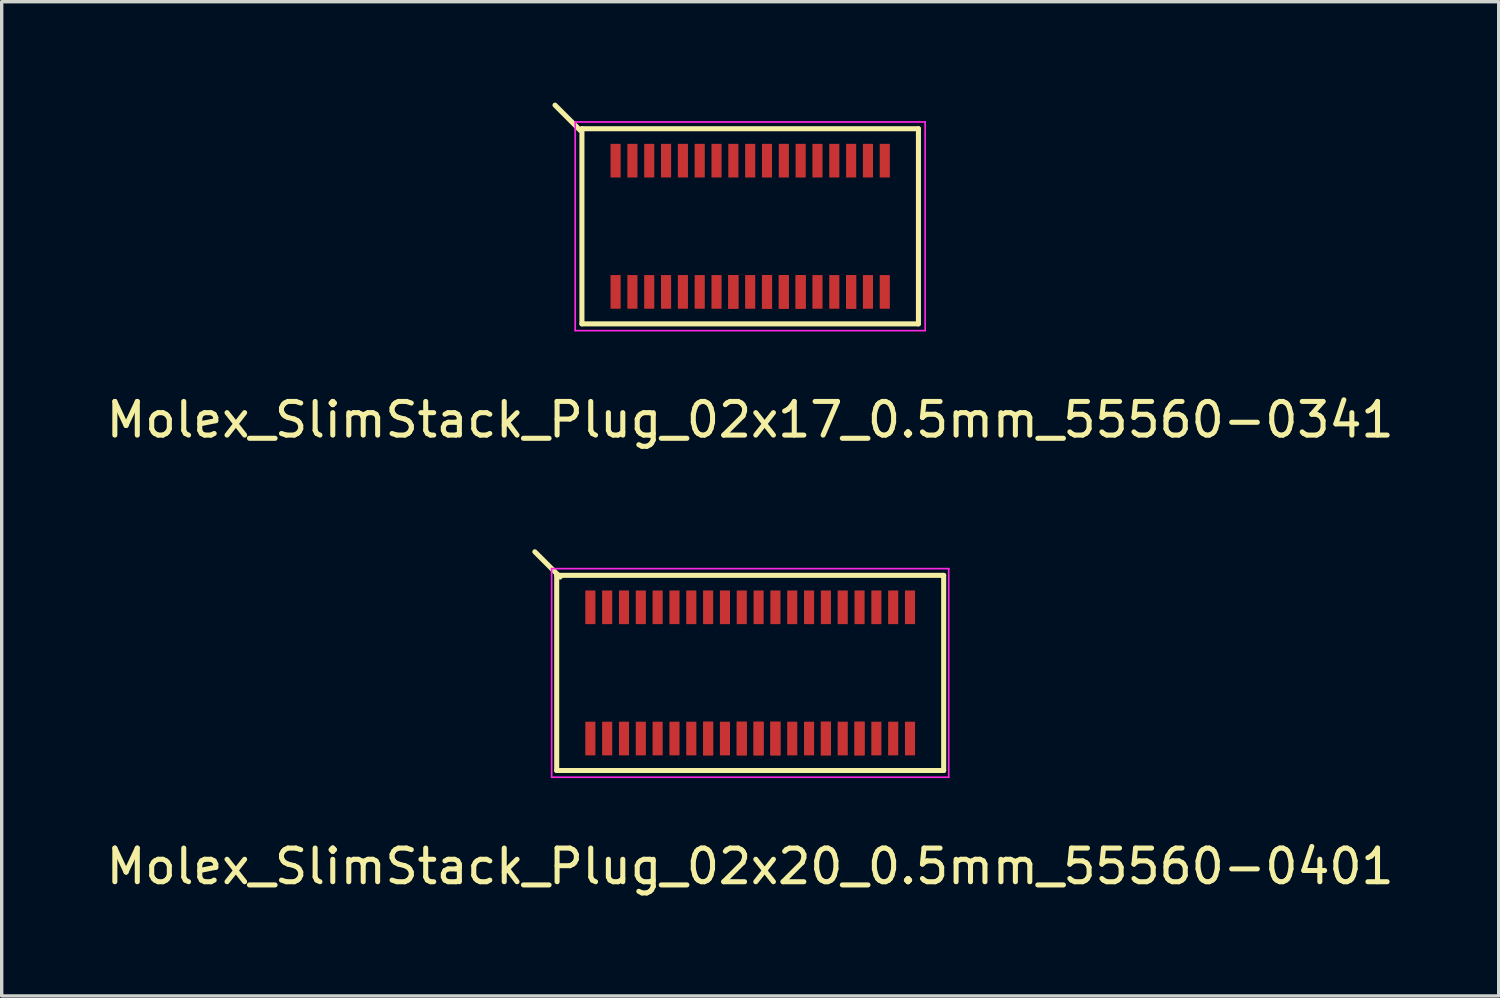
<source format=kicad_pcb>
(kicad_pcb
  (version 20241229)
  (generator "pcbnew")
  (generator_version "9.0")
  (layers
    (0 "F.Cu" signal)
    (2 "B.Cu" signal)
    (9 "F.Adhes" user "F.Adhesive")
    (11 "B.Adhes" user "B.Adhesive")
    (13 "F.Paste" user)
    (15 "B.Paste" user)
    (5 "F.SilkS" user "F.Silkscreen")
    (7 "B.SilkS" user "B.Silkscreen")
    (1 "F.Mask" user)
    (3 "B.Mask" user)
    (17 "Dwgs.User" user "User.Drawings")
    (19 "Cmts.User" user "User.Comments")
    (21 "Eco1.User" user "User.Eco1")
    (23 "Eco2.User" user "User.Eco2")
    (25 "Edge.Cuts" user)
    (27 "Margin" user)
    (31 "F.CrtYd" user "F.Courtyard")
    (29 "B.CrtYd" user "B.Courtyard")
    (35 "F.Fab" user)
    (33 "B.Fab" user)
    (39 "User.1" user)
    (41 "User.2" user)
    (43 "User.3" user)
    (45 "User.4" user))
  (footprint "Molex_SlimStack_Plug_02x17_0.5mm_55560-0341"
    (layer "F.Cu")
    (at 19.244 3.675)
    (property "Reference" "Molex_SlimStack_Plug_02x17_0.5mm_55560-0341" (at 0 5.75 0) (layer "F.SilkS") (effects (font (size 1 1) (thickness 0.15))))
    (attr smd)
    (fp_line (start -5.05 -2.85) (end -5.8 -3.6) (stroke (width 0.15) (type solid)) (layer "F.SilkS"))
    (fp_line (start -5 -2.9) (end -5 2.9) (stroke (width 0.15) (type solid)) (layer "F.SilkS"))
    (fp_line (start -5 2.9) (end 5 2.9) (stroke (width 0.15) (type solid)) (layer "F.SilkS"))
    (fp_line (start 5 -2.9) (end -5 -2.9) (stroke (width 0.15) (type solid)) (layer "F.SilkS"))
    (fp_line (start 5 2.9) (end 5 -2.9) (stroke (width 0.15) (type solid)) (layer "F.SilkS"))
    (fp_line (start -5.2 -3.1) (end -5.2 3.1) (stroke (width 0.05) (type solid)) (layer "F.CrtYd"))
    (fp_line (start -5.2 3.1) (end 5.2 3.1) (stroke (width 0.05) (type solid)) (layer "F.CrtYd"))
    (fp_line (start 5.2 -3.1) (end -5.2 -3.1) (stroke (width 0.05) (type solid)) (layer "F.CrtYd"))
    (fp_line (start 5.2 3.1) (end 5.2 -3.1) (stroke (width 0.05) (type solid)) (layer "F.CrtYd"))
    (pad "1" smd rect (at -4 -1.95) (size 0.3 1) (layers "F.Cu" "F.Mask" "F.Paste"))
    (pad "2" smd rect (at -4 1.95) (size 0.3 1) (layers "F.Cu" "F.Mask" "F.Paste"))
    (pad "3" smd rect (at -3.5 -1.95) (size 0.3 1) (layers "F.Cu" "F.Mask" "F.Paste"))
    (pad "4" smd rect (at -3.5 1.95) (size 0.3 1) (layers "F.Cu" "F.Mask" "F.Paste"))
    (pad "5" smd rect (at -3 -1.95) (size 0.3 1) (layers "F.Cu" "F.Mask" "F.Paste"))
    (pad "6" smd rect (at -3 1.95) (size 0.3 1) (layers "F.Cu" "F.Mask" "F.Paste"))
    (pad "7" smd rect (at -2.5 -1.95) (size 0.3 1) (layers "F.Cu" "F.Mask" "F.Paste"))
    (pad "8" smd rect (at -2.5 1.95) (size 0.3 1) (layers "F.Cu" "F.Mask" "F.Paste"))
    (pad "9" smd rect (at -2 -1.95) (size 0.3 1) (layers "F.Cu" "F.Mask" "F.Paste"))
    (pad "10" smd rect (at -2 1.95) (size 0.3 1) (layers "F.Cu" "F.Mask" "F.Paste"))
    (pad "11" smd rect (at -1.5 -1.95) (size 0.3 1) (layers "F.Cu" "F.Mask" "F.Paste"))
    (pad "12" smd rect (at -1.5 1.95) (size 0.3 1) (layers "F.Cu" "F.Mask" "F.Paste"))
    (pad "13" smd rect (at -1 -1.95) (size 0.3 1) (layers "F.Cu" "F.Mask" "F.Paste"))
    (pad "14" smd rect (at -1 1.95) (size 0.3 1) (layers "F.Cu" "F.Mask" "F.Paste"))
    (pad "15" smd rect (at -0.5 -1.95) (size 0.3 1) (layers "F.Cu" "F.Mask" "F.Paste"))
    (pad "16" smd rect (at -0.5 1.95) (size 0.3 1) (layers "F.Cu" "F.Mask" "F.Paste"))
    (pad "16" smd rect (at -0.5 1.95) (size 0.3 1) (layers "F.Cu" "F.Mask" "F.Paste"))
    (pad "17" smd rect (at 0 -1.95) (size 0.3 1) (layers "F.Cu" "F.Mask" "F.Paste"))
    (pad "18" smd rect (at 0 1.95) (size 0.3 1) (layers "F.Cu" "F.Mask" "F.Paste"))
    (pad "19" smd rect (at 0.5 -1.95) (size 0.3 1) (layers "F.Cu" "F.Mask" "F.Paste"))
    (pad "20" smd rect (at 0.5 1.95) (size 0.3 1) (layers "F.Cu" "F.Mask" "F.Paste"))
    (pad "20" smd rect (at 0.5 1.95) (size 0.3 1) (layers "F.Cu" "F.Mask" "F.Paste"))
    (pad "21" smd rect (at 1 -1.95) (size 0.3 1) (layers "F.Cu" "F.Mask" "F.Paste"))
    (pad "22" smd rect (at 1 1.95) (size 0.3 1) (layers "F.Cu" "F.Mask" "F.Paste"))
    (pad "22" smd rect (at 1 1.95) (size 0.3 1) (layers "F.Cu" "F.Mask" "F.Paste"))
    (pad "23" smd rect (at 1.5 -1.95) (size 0.3 1) (layers "F.Cu" "F.Mask" "F.Paste"))
    (pad "24" smd rect (at 1.5 1.95) (size 0.3 1) (layers "F.Cu" "F.Mask" "F.Paste"))
    (pad "24" smd rect (at 1.5 1.95) (size 0.3 1) (layers "F.Cu" "F.Mask" "F.Paste"))
    (pad "25" smd rect (at 2 -1.95) (size 0.3 1) (layers "F.Cu" "F.Mask" "F.Paste"))
    (pad "26" smd rect (at 2 1.95) (size 0.3 1) (layers "F.Cu" "F.Mask" "F.Paste"))
    (pad "27" smd rect (at 2.5 -1.95) (size 0.3 1) (layers "F.Cu" "F.Mask" "F.Paste"))
    (pad "28" smd rect (at 2.5 1.95) (size 0.3 1) (layers "F.Cu" "F.Mask" "F.Paste"))
    (pad "29" smd rect (at 3 -1.95) (size 0.3 1) (layers "F.Cu" "F.Mask" "F.Paste"))
    (pad "30" smd rect (at 3 1.95) (size 0.3 1) (layers "F.Cu" "F.Mask" "F.Paste"))
    (pad "30" smd rect (at 3 1.95) (size 0.3 1) (layers "F.Cu" "F.Mask" "F.Paste"))
    (pad "31" smd rect (at 3.5 -1.95) (size 0.3 1) (layers "F.Cu" "F.Mask" "F.Paste"))
    (pad "32" smd rect (at 3.5 1.95) (size 0.3 1) (layers "F.Cu" "F.Mask" "F.Paste"))
    (pad "33" smd rect (at 4 -1.95) (size 0.3 1) (layers "F.Cu" "F.Mask" "F.Paste"))
    (pad "34" smd rect (at 4 1.95) (size 0.3 1) (layers "F.Cu" "F.Mask" "F.Paste")))
  (footprint "Molex_SlimStack_Plug_02x20_0.5mm_55560-0401"
    (layer "F.Cu")
    (at 19.244 16.948)
    (property "Reference" "Molex_SlimStack_Plug_02x20_0.5mm_55560-0401" (at 0 5.75 0) (layer "F.SilkS") (effects (font (size 1 1) (thickness 0.15))))
    (attr smd)
    (fp_line (start -5.75 -2.9) (end -5.75 2.9) (stroke (width 0.15) (type solid)) (layer "F.SilkS"))
    (fp_line (start -5.75 2.9) (end 5.75 2.9) (stroke (width 0.15) (type solid)) (layer "F.SilkS"))
    (fp_line (start -5.65 -2.85) (end -6.4 -3.6) (stroke (width 0.15) (type solid)) (layer "F.SilkS"))
    (fp_line (start 5.75 -2.9) (end -5.75 -2.9) (stroke (width 0.15) (type solid)) (layer "F.SilkS"))
    (fp_line (start 5.75 2.9) (end 5.75 -2.9) (stroke (width 0.15) (type solid)) (layer "F.SilkS"))
    (fp_line (start -5.9 -3.1) (end -5.9 3.1) (stroke (width 0.05) (type solid)) (layer "F.CrtYd"))
    (fp_line (start -5.9 3.1) (end 5.9 3.1) (stroke (width 0.05) (type solid)) (layer "F.CrtYd"))
    (fp_line (start 5.9 -3.1) (end -5.9 -3.1) (stroke (width 0.05) (type solid)) (layer "F.CrtYd"))
    (fp_line (start 5.9 3.1) (end 5.9 -3.1) (stroke (width 0.05) (type solid)) (layer "F.CrtYd"))
    (pad "1" smd rect (at -4.75 -1.95) (size 0.3 1) (layers "F.Cu" "F.Mask" "F.Paste"))
    (pad "2" smd rect (at -4.75 1.95) (size 0.3 1) (layers "F.Cu" "F.Mask" "F.Paste"))
    (pad "3" smd rect (at -4.25 -1.95) (size 0.3 1) (layers "F.Cu" "F.Mask" "F.Paste"))
    (pad "4" smd rect (at -4.25 1.95) (size 0.3 1) (layers "F.Cu" "F.Mask" "F.Paste"))
    (pad "5" smd rect (at -3.75 -1.95) (size 0.3 1) (layers "F.Cu" "F.Mask" "F.Paste"))
    (pad "6" smd rect (at -3.75 1.95) (size 0.3 1) (layers "F.Cu" "F.Mask" "F.Paste"))
    (pad "7" smd rect (at -3.25 -1.95) (size 0.3 1) (layers "F.Cu" "F.Mask" "F.Paste"))
    (pad "8" smd rect (at -3.25 1.95) (size 0.3 1) (layers "F.Cu" "F.Mask" "F.Paste"))
    (pad "9" smd rect (at -2.75 -1.95) (size 0.3 1) (layers "F.Cu" "F.Mask" "F.Paste"))
    (pad "10" smd rect (at -2.75 1.95) (size 0.3 1) (layers "F.Cu" "F.Mask" "F.Paste"))
    (pad "11" smd rect (at -2.25 -1.95) (size 0.3 1) (layers "F.Cu" "F.Mask" "F.Paste"))
    (pad "12" smd rect (at -2.25 1.95) (size 0.3 1) (layers "F.Cu" "F.Mask" "F.Paste"))
    (pad "13" smd rect (at -1.75 -1.95) (size 0.3 1) (layers "F.Cu" "F.Mask" "F.Paste"))
    (pad "14" smd rect (at -1.75 1.95) (size 0.3 1) (layers "F.Cu" "F.Mask" "F.Paste"))
    (pad "15" smd rect (at -1.25 -1.95) (size 0.3 1) (layers "F.Cu" "F.Mask" "F.Paste"))
    (pad "16" smd rect (at -1.25 1.95) (size 0.3 1) (layers "F.Cu" "F.Mask" "F.Paste"))
    (pad "16" smd rect (at -1.25 1.95) (size 0.3 1) (layers "F.Cu" "F.Mask" "F.Paste"))
    (pad "17" smd rect (at -0.75 -1.95) (size 0.3 1) (layers "F.Cu" "F.Mask" "F.Paste"))
    (pad "18" smd rect (at -0.75 1.95) (size 0.3 1) (layers "F.Cu" "F.Mask" "F.Paste"))
    (pad "19" smd rect (at -0.25 -1.95) (size 0.3 1) (layers "F.Cu" "F.Mask" "F.Paste"))
    (pad "20" smd rect (at -0.25 1.95) (size 0.3 1) (layers "F.Cu" "F.Mask" "F.Paste"))
    (pad "20" smd rect (at -0.25 1.95) (size 0.3 1) (layers "F.Cu" "F.Mask" "F.Paste"))
    (pad "21" smd rect (at 0.25 -1.95) (size 0.3 1) (layers "F.Cu" "F.Mask" "F.Paste"))
    (pad "22" smd rect (at 0.25 1.95) (size 0.3 1) (layers "F.Cu" "F.Mask" "F.Paste"))
    (pad "22" smd rect (at 0.25 1.95) (size 0.3 1) (layers "F.Cu" "F.Mask" "F.Paste"))
    (pad "23" smd rect (at 0.75 -1.95) (size 0.3 1) (layers "F.Cu" "F.Mask" "F.Paste"))
    (pad "24" smd rect (at 0.75 1.95) (size 0.3 1) (layers "F.Cu" "F.Mask" "F.Paste"))
    (pad "24" smd rect (at 0.75 1.95) (size 0.3 1) (layers "F.Cu" "F.Mask" "F.Paste"))
    (pad "25" smd rect (at 1.25 -1.95) (size 0.3 1) (layers "F.Cu" "F.Mask" "F.Paste"))
    (pad "26" smd rect (at 1.25 1.95) (size 0.3 1) (layers "F.Cu" "F.Mask" "F.Paste"))
    (pad "27" smd rect (at 1.75 -1.95) (size 0.3 1) (layers "F.Cu" "F.Mask" "F.Paste"))
    (pad "28" smd rect (at 1.75 1.95) (size 0.3 1) (layers "F.Cu" "F.Mask" "F.Paste"))
    (pad "29" smd rect (at 2.25 -1.95) (size 0.3 1) (layers "F.Cu" "F.Mask" "F.Paste"))
    (pad "30" smd rect (at 2.25 1.95) (size 0.3 1) (layers "F.Cu" "F.Mask" "F.Paste"))
    (pad "30" smd rect (at 2.25 1.95) (size 0.3 1) (layers "F.Cu" "F.Mask" "F.Paste"))
    (pad "31" smd rect (at 2.75 -1.95) (size 0.3 1) (layers "F.Cu" "F.Mask" "F.Paste"))
    (pad "32" smd rect (at 2.75 1.95) (size 0.3 1) (layers "F.Cu" "F.Mask" "F.Paste"))
    (pad "33" smd rect (at 3.25 -1.95) (size 0.3 1) (layers "F.Cu" "F.Mask" "F.Paste"))
    (pad "34" smd rect (at 3.25 1.95) (size 0.3 1) (layers "F.Cu" "F.Mask" "F.Paste"))
    (pad "34" smd rect (at 3.25 1.95) (size 0.3 1) (layers "F.Cu" "F.Mask" "F.Paste"))
    (pad "35" smd rect (at 3.75 -1.95) (size 0.3 1) (layers "F.Cu" "F.Mask" "F.Paste"))
    (pad "36" smd rect (at 3.75 1.95) (size 0.3 1) (layers "F.Cu" "F.Mask" "F.Paste"))
    (pad "37" smd rect (at 4.25 -1.95) (size 0.3 1) (layers "F.Cu" "F.Mask" "F.Paste"))
    (pad "38" smd rect (at 4.25 1.95) (size 0.3 1) (layers "F.Cu" "F.Mask" "F.Paste"))
    (pad "39" smd rect (at 4.75 -1.95) (size 0.3 1) (layers "F.Cu" "F.Mask" "F.Paste"))
    (pad "40" smd rect (at 4.75 1.95) (size 0.3 1) (layers "F.Cu" "F.Mask" "F.Paste")))
  (gr_rect
    (start -3 -3)
    (end 41.488 26.547)
    (stroke (width 0.1) (type default))
    (fill no)
    (layer "Edge.Cuts")))
</source>
